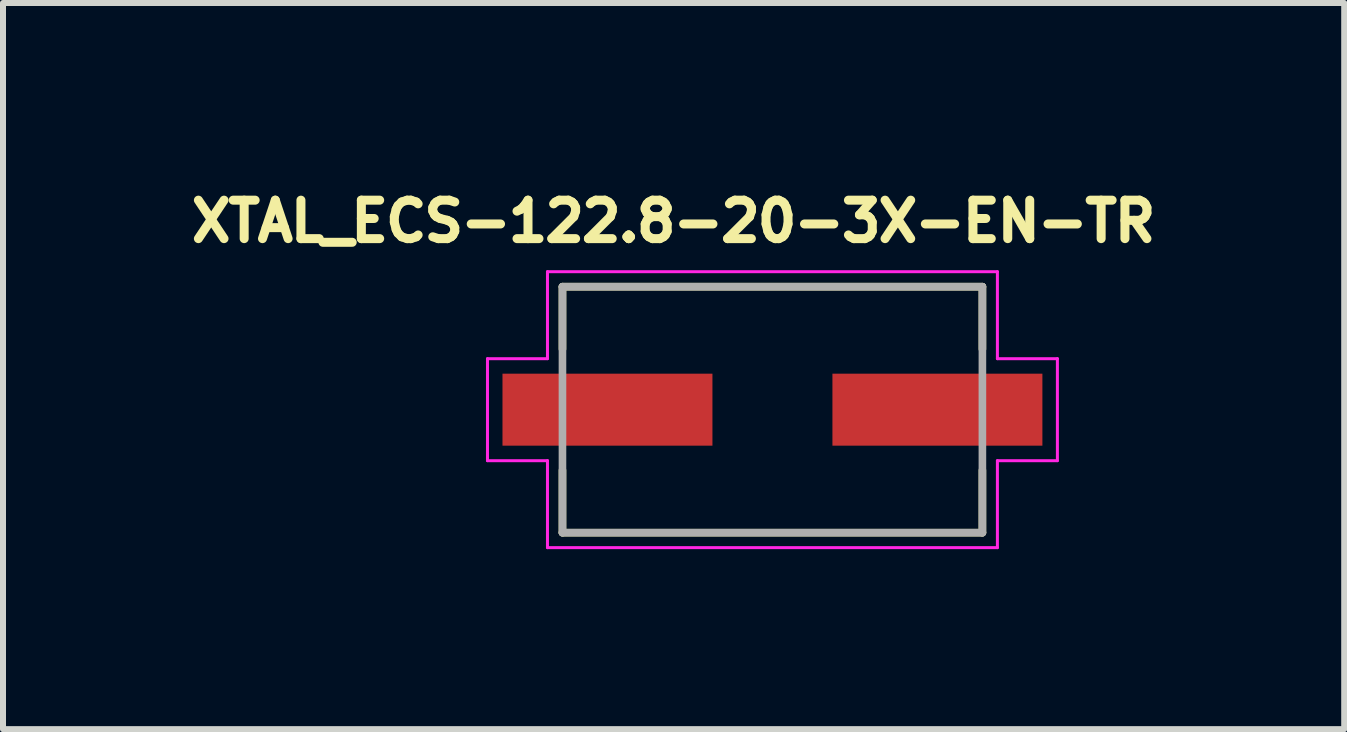
<source format=kicad_pcb>
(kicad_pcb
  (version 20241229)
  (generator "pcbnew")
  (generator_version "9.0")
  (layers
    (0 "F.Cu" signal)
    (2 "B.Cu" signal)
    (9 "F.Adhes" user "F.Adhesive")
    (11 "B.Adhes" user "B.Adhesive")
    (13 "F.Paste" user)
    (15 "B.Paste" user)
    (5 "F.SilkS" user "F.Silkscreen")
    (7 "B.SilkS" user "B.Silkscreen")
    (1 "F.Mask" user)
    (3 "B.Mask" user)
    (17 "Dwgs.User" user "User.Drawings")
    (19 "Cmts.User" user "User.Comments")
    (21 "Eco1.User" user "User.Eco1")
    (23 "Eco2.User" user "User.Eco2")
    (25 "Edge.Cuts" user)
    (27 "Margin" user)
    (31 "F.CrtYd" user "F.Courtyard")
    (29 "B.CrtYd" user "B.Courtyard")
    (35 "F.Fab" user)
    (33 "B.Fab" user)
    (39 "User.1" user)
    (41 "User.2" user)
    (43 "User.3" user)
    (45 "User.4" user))
  (footprint "XTAL_ECS-122.8-20-3X-EN-TR"
    (layer "F.Cu")
    (at 9.826 3.779)
    (property "Reference" "XTAL_ECS-122.8-20-3X-EN-TR" (at -1.648 -3.14 0) (layer "F.SilkS") (effects (font (size 0.641 0.641) (thickness 0.15))))
    (attr smd)
    (fp_line (start -3.5 -2.05) (end 3.5 -2.05) (stroke (width 0.127) (type solid)) (layer "F.SilkS"))
    (fp_line (start -3.5 -1.01) (end -3.5 -2.05) (stroke (width 0.127) (type solid)) (layer "F.SilkS"))
    (fp_line (start -3.5 2.05) (end -3.5 1.01) (stroke (width 0.127) (type solid)) (layer "F.SilkS"))
    (fp_line (start 3.5 -2.05) (end 3.5 -1.01) (stroke (width 0.127) (type solid)) (layer "F.SilkS"))
    (fp_line (start 3.5 1.01) (end 3.5 2.05) (stroke (width 0.127) (type solid)) (layer "F.SilkS"))
    (fp_line (start 3.5 2.05) (end -3.5 2.05) (stroke (width 0.127) (type solid)) (layer "F.SilkS"))
    (fp_line (start -4.75 -0.85) (end -4.75 0.85) (stroke (width 0.05) (type solid)) (layer "F.CrtYd"))
    (fp_line (start -4.75 0.85) (end -3.75 0.85) (stroke (width 0.05) (type solid)) (layer "F.CrtYd"))
    (fp_line (start -3.75 -2.3) (end -3.75 -0.85) (stroke (width 0.05) (type solid)) (layer "F.CrtYd"))
    (fp_line (start -3.75 -0.85) (end -4.75 -0.85) (stroke (width 0.05) (type solid)) (layer "F.CrtYd"))
    (fp_line (start -3.75 0.85) (end -3.75 2.3) (stroke (width 0.05) (type solid)) (layer "F.CrtYd"))
    (fp_line (start -3.75 2.3) (end 3.75 2.3) (stroke (width 0.05) (type solid)) (layer "F.CrtYd"))
    (fp_line (start 3.75 -2.3) (end -3.75 -2.3) (stroke (width 0.05) (type solid)) (layer "F.CrtYd"))
    (fp_line (start 3.75 -0.85) (end 3.75 -2.3) (stroke (width 0.05) (type solid)) (layer "F.CrtYd"))
    (fp_line (start 3.75 0.85) (end 4.75 0.85) (stroke (width 0.05) (type solid)) (layer "F.CrtYd"))
    (fp_line (start 3.75 2.3) (end 3.75 0.85) (stroke (width 0.05) (type solid)) (layer "F.CrtYd"))
    (fp_line (start 4.75 -0.85) (end 3.75 -0.85) (stroke (width 0.05) (type solid)) (layer "F.CrtYd"))
    (fp_line (start 4.75 0.85) (end 4.75 -0.85) (stroke (width 0.05) (type solid)) (layer "F.CrtYd"))
    (fp_line (start -3.5 -2.05) (end -3.5 2.05) (stroke (width 0.127) (type solid)) (layer "F.Fab"))
    (fp_line (start -3.5 2.05) (end 3.5 2.05) (stroke (width 0.127) (type solid)) (layer "F.Fab"))
    (fp_line (start 3.5 -2.05) (end -3.5 -2.05) (stroke (width 0.127) (type solid)) (layer "F.Fab"))
    (fp_line (start 3.5 2.05) (end 3.5 -2.05) (stroke (width 0.127) (type solid)) (layer "F.Fab"))
    (pad "1" smd rect (at -2.75 0) (size 3.5 1.2) (layers "F.Cu" "F.Mask" "F.Paste"))
    (pad "2" smd rect (at 2.75 0) (size 3.5 1.2) (layers "F.Cu" "F.Mask" "F.Paste")))
  (gr_rect
    (start -3 -3)
    (end 19.357 9.104)
    (stroke (width 0.1) (type default))
    (fill no)
    (layer "Edge.Cuts")))
</source>
